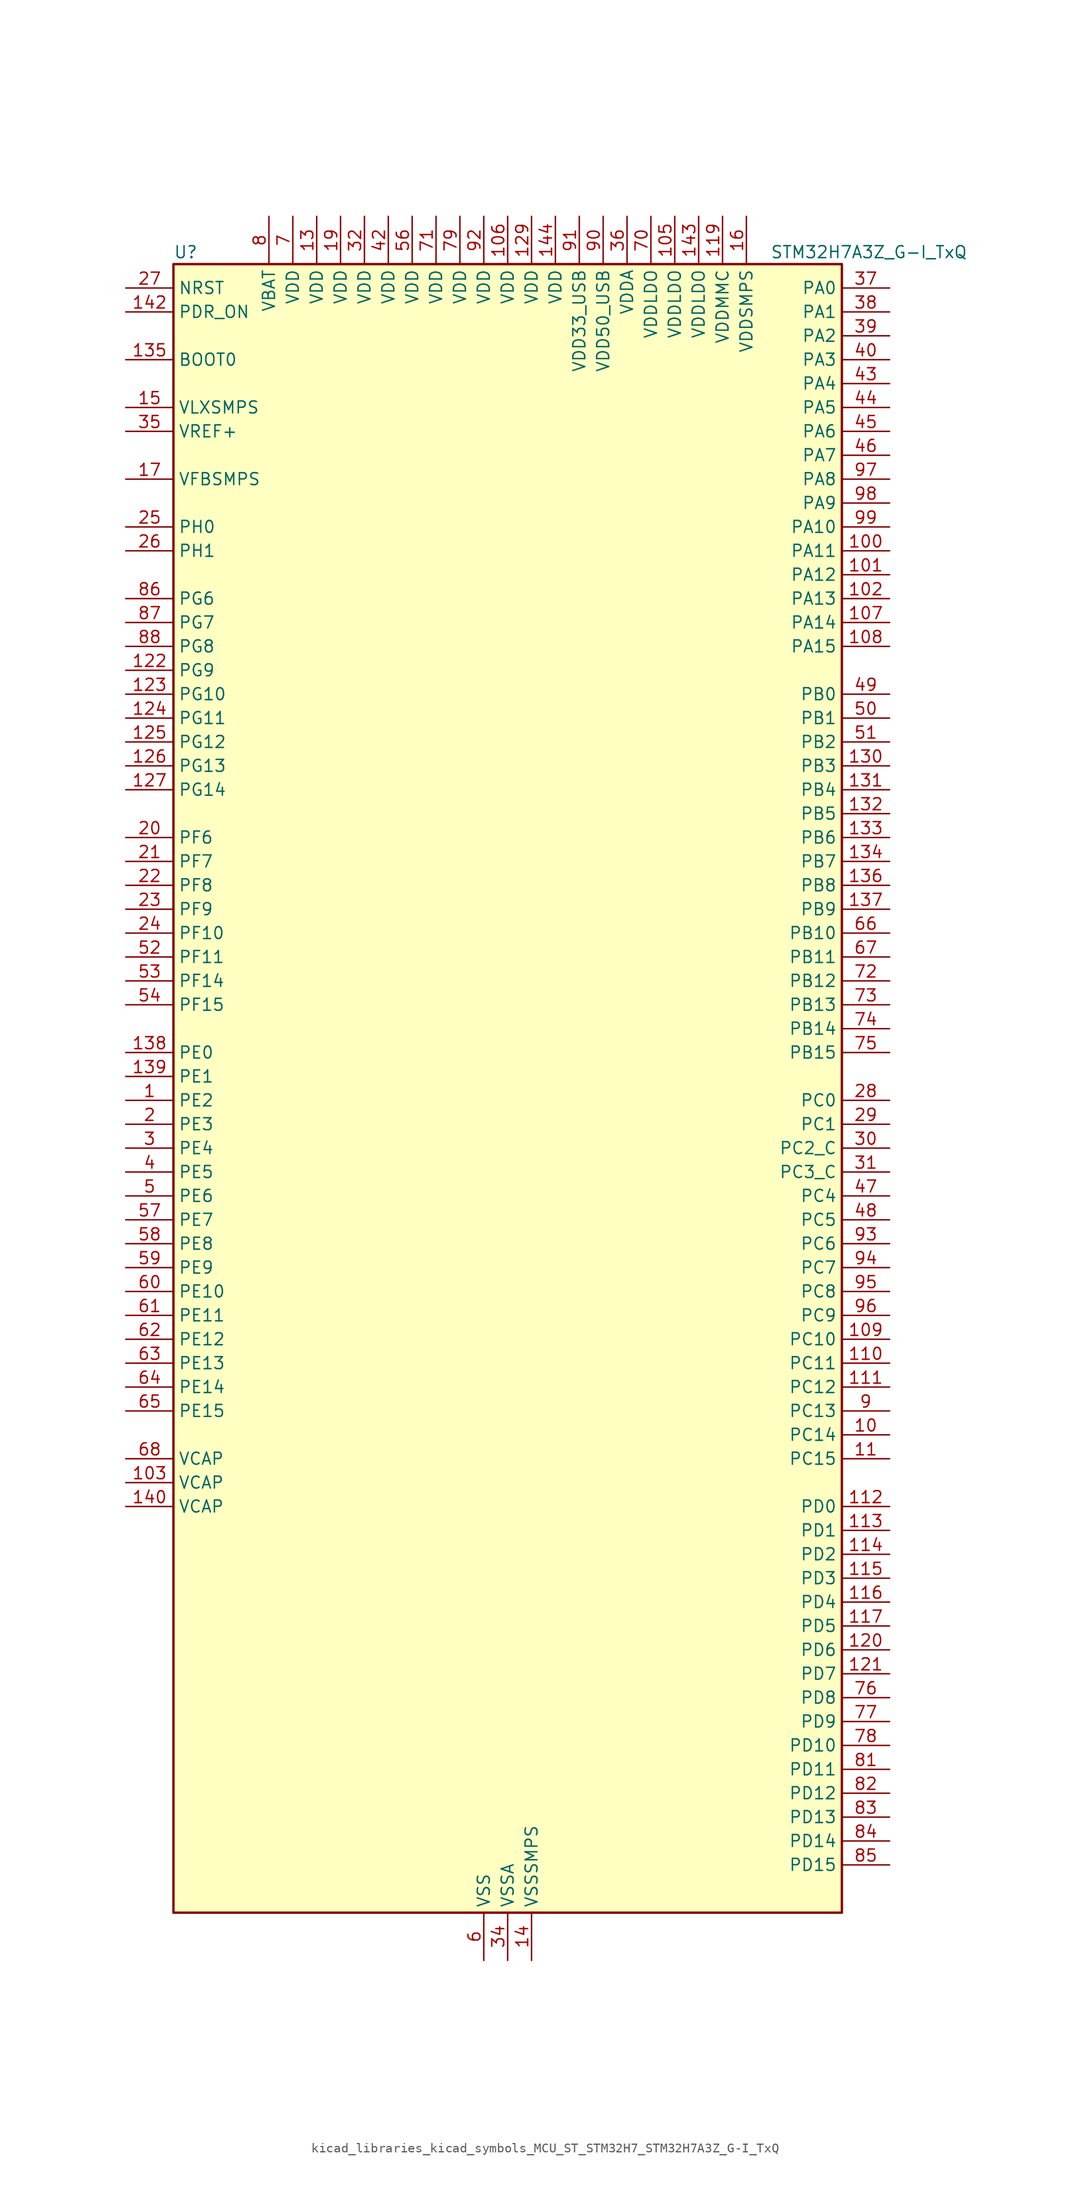
<source format=kicad_sym>
(kicad_symbol_lib
  (version 20220914)
  (generator kicad_symbol_editor)
  (symbol "kicad_libraries_kicad_symbols_MCU_ST_STM32H7_STM32H7A3Z_G-I_TxQ"
    (property "Reference" "U"
      (at -35.56 90.17 0)
      (effects (font (size 1.27 1.27)) (justify left)))
    (property "Value" "STM32H7A3Z_G-I_TxQ"
      (at 27.94 90.17 0)
      (effects (font (size 1.27 1.27)) (justify left)))
    (property "ki_locked" ""
      (at 0 0 0)
      (effects (font (size 1.27 1.27))))
    (symbol "kicad_libraries_kicad_symbols_MCU_ST_STM32H7_STM32H7A3Z_G-I_TxQ_0_1"
      (rectangle (start -35.56 -86.36) (end 35.56 88.9) (stroke (width 0.254) (type default)) (fill (type background))))
    (symbol "kicad_libraries_kicad_symbols_MCU_ST_STM32H7_STM32H7A3Z_G-I_TxQ_1_1"
      (pin bidirectional line (at -40.64 0 0) (length 5.08) (name "PE2" (effects (font (size 1.27 1.27)))) (number "1" (effects (font (size 1.27 1.27)))) (alternate "DEBUG_TRACECLK" bidirectional line) (alternate "FMC_A23" bidirectional line) (alternate "OCTOSPIM_P1_IO2" bidirectional line) (alternate "SAI1_CK1" bidirectional line) (alternate "SAI1_MCLK_A" bidirectional line) (alternate "SPI4_SCK" bidirectional line) (alternate "USART10_RX" bidirectional line))
      (pin bidirectional line (at 40.64 -35.56 180) (length 5.08) (name "PC14" (effects (font (size 1.27 1.27)))) (number "10" (effects (font (size 1.27 1.27)))) (alternate "RCC_OSC32_IN" bidirectional line))
      (pin bidirectional line (at 40.64 58.42 180) (length 5.08) (name "PA11" (effects (font (size 1.27 1.27)))) (number "100" (effects (font (size 1.27 1.27)))) (alternate "ADC1_EXTI11" bidirectional line) (alternate "ADC2_EXTI11" bidirectional line) (alternate "FDCAN1_RX" bidirectional line) (alternate "I2S2_WS" bidirectional line) (alternate "LPUART1_CTS" bidirectional line) (alternate "LTDC_R4" bidirectional line) (alternate "SPI2_NSS" bidirectional line) (alternate "TIM1_CH4" bidirectional line) (alternate "UART4_RX" bidirectional line) (alternate "USART1_CTS" bidirectional line) (alternate "USART1_NSS" bidirectional line) (alternate "USB_OTG_HS_DM" bidirectional line))
      (pin bidirectional line (at 40.64 55.88 180) (length 5.08) (name "PA12" (effects (font (size 1.27 1.27)))) (number "101" (effects (font (size 1.27 1.27)))) (alternate "FDCAN1_TX" bidirectional line) (alternate "I2S2_CK" bidirectional line) (alternate "LPUART1_DE" bidirectional line) (alternate "LPUART1_RTS" bidirectional line) (alternate "LTDC_R5" bidirectional line) (alternate "SAI2_FS_B" bidirectional line) (alternate "SPI2_SCK" bidirectional line) (alternate "TIM1_ETR" bidirectional line) (alternate "UART4_TX" bidirectional line) (alternate "USART1_DE" bidirectional line) (alternate "USART1_RTS" bidirectional line) (alternate "USB_OTG_HS_DP" bidirectional line))
      (pin bidirectional line (at 40.64 53.34 180) (length 5.08) (name "PA13" (effects (font (size 1.27 1.27)))) (number "102" (effects (font (size 1.27 1.27)))) (alternate "DEBUG_JTMS-SWDIO" bidirectional line))
      (pin power_out line (at -40.64 -40.64 0) (length 5.08) (name "VCAP" (effects (font (size 1.27 1.27)))) (number "103" (effects (font (size 1.27 1.27)))))
      (pin passive line (at -2.54 -91.44 90) (length 5.08) hide (name "VSS" (effects (font (size 1.27 1.27)))) (number "104" (effects (font (size 1.27 1.27)))))
      (pin power_in line (at 17.78 93.98 270) (length 5.08) (name "VDDLDO" (effects (font (size 1.27 1.27)))) (number "105" (effects (font (size 1.27 1.27)))))
      (pin power_in line (at 0 93.98 270) (length 5.08) (name "VDD" (effects (font (size 1.27 1.27)))) (number "106" (effects (font (size 1.27 1.27)))))
      (pin bidirectional line (at 40.64 50.8 180) (length 5.08) (name "PA14" (effects (font (size 1.27 1.27)))) (number "107" (effects (font (size 1.27 1.27)))) (alternate "DEBUG_JTCK-SWCLK" bidirectional line))
      (pin bidirectional line (at 40.64 48.26 180) (length 5.08) (name "PA15" (effects (font (size 1.27 1.27)))) (number "108" (effects (font (size 1.27 1.27)))) (alternate "ADC1_EXTI15" bidirectional line) (alternate "ADC2_EXTI15" bidirectional line) (alternate "CEC" bidirectional line) (alternate "DEBUG_JTDI" bidirectional line) (alternate "I2S1_WS" bidirectional line) (alternate "I2S3_WS" bidirectional line) (alternate "I2S6_WS" bidirectional line) (alternate "LTDC_B6" bidirectional line) (alternate "LTDC_R3" bidirectional line) (alternate "SPI1_NSS" bidirectional line) (alternate "SPI3_NSS" bidirectional line) (alternate "SPI6_NSS" bidirectional line) (alternate "TIM2_CH1" bidirectional line) (alternate "TIM2_ETR" bidirectional line) (alternate "UART4_DE" bidirectional line) (alternate "UART4_RTS" bidirectional line) (alternate "UART7_TX" bidirectional line))
      (pin bidirectional line (at 40.64 -25.4 180) (length 5.08) (name "PC10" (effects (font (size 1.27 1.27)))) (number "109" (effects (font (size 1.27 1.27)))) (alternate "DCMI_D8" bidirectional line) (alternate "DFSDM1_CKIN5" bidirectional line) (alternate "DFSDM2_CKIN0" bidirectional line) (alternate "I2S3_CK" bidirectional line) (alternate "LTDC_B1" bidirectional line) (alternate "LTDC_R2" bidirectional line) (alternate "OCTOSPIM_P1_IO1" bidirectional line) (alternate "PSSI_D8" bidirectional line) (alternate "SDMMC1_D2" bidirectional line) (alternate "SPI3_SCK" bidirectional line) (alternate "SWPMI1_RX" bidirectional line) (alternate "UART4_TX" bidirectional line) (alternate "USART3_TX" bidirectional line))
      (pin bidirectional line (at 40.64 -38.1 180) (length 5.08) (name "PC15" (effects (font (size 1.27 1.27)))) (number "11" (effects (font (size 1.27 1.27)))) (alternate "ADC1_EXTI15" bidirectional line) (alternate "ADC2_EXTI15" bidirectional line) (alternate "RCC_OSC32_OUT" bidirectional line))
      (pin bidirectional line (at 40.64 -27.94 180) (length 5.08) (name "PC11" (effects (font (size 1.27 1.27)))) (number "110" (effects (font (size 1.27 1.27)))) (alternate "ADC1_EXTI11" bidirectional line) (alternate "ADC2_EXTI11" bidirectional line) (alternate "DCMI_D4" bidirectional line) (alternate "DFSDM1_DATIN5" bidirectional line) (alternate "DFSDM2_DATIN0" bidirectional line) (alternate "I2S3_SDI" bidirectional line) (alternate "LTDC_B4" bidirectional line) (alternate "OCTOSPIM_P1_NCS" bidirectional line) (alternate "PSSI_D4" bidirectional line) (alternate "SDMMC1_D3" bidirectional line) (alternate "SPI3_MISO" bidirectional line) (alternate "UART4_RX" bidirectional line) (alternate "USART3_RX" bidirectional line))
      (pin bidirectional line (at 40.64 -30.48 180) (length 5.08) (name "PC12" (effects (font (size 1.27 1.27)))) (number "111" (effects (font (size 1.27 1.27)))) (alternate "DCMI_D9" bidirectional line) (alternate "DEBUG_TRACED3" bidirectional line) (alternate "DFSDM2_CKOUT" bidirectional line) (alternate "I2S3_SDO" bidirectional line) (alternate "I2S6_CK" bidirectional line) (alternate "LTDC_R6" bidirectional line) (alternate "PSSI_D9" bidirectional line) (alternate "SDMMC1_CK" bidirectional line) (alternate "SPI3_MOSI" bidirectional line) (alternate "SPI6_SCK" bidirectional line) (alternate "TIM15_CH1" bidirectional line) (alternate "UART5_TX" bidirectional line) (alternate "USART3_CK" bidirectional line))
      (pin bidirectional line (at 40.64 -43.18 180) (length 5.08) (name "PD0" (effects (font (size 1.27 1.27)))) (number "112" (effects (font (size 1.27 1.27)))) (alternate "DFSDM1_CKIN6" bidirectional line) (alternate "FDCAN1_RX" bidirectional line) (alternate "FMC_D2" bidirectional line) (alternate "FMC_DA2" bidirectional line) (alternate "LTDC_B1" bidirectional line) (alternate "UART4_RX" bidirectional line) (alternate "UART9_CTS" bidirectional line))
      (pin bidirectional line (at 40.64 -45.72 180) (length 5.08) (name "PD1" (effects (font (size 1.27 1.27)))) (number "113" (effects (font (size 1.27 1.27)))) (alternate "DFSDM1_DATIN6" bidirectional line) (alternate "FDCAN1_TX" bidirectional line) (alternate "FMC_D3" bidirectional line) (alternate "FMC_DA3" bidirectional line) (alternate "UART4_TX" bidirectional line))
      (pin bidirectional line (at 40.64 -48.26 180) (length 5.08) (name "PD2" (effects (font (size 1.27 1.27)))) (number "114" (effects (font (size 1.27 1.27)))) (alternate "DCMI_D11" bidirectional line) (alternate "DEBUG_TRACED2" bidirectional line) (alternate "LTDC_B2" bidirectional line) (alternate "LTDC_B7" bidirectional line) (alternate "PSSI_D11" bidirectional line) (alternate "SDMMC1_CMD" bidirectional line) (alternate "TIM15_BKIN" bidirectional line) (alternate "TIM3_ETR" bidirectional line) (alternate "UART5_RX" bidirectional line))
      (pin bidirectional line (at 40.64 -50.8 180) (length 5.08) (name "PD3" (effects (font (size 1.27 1.27)))) (number "115" (effects (font (size 1.27 1.27)))) (alternate "DCMI_D5" bidirectional line) (alternate "DFSDM1_CKOUT" bidirectional line) (alternate "FMC_CLK" bidirectional line) (alternate "I2S2_CK" bidirectional line) (alternate "LTDC_G7" bidirectional line) (alternate "PSSI_D5" bidirectional line) (alternate "SPI2_SCK" bidirectional line) (alternate "USART2_CTS" bidirectional line) (alternate "USART2_NSS" bidirectional line))
      (pin bidirectional line (at 40.64 -53.34 180) (length 5.08) (name "PD4" (effects (font (size 1.27 1.27)))) (number "116" (effects (font (size 1.27 1.27)))) (alternate "FMC_NOE" bidirectional line) (alternate "OCTOSPIM_P1_IO4" bidirectional line) (alternate "USART2_DE" bidirectional line) (alternate "USART2_RTS" bidirectional line))
      (pin bidirectional line (at 40.64 -55.88 180) (length 5.08) (name "PD5" (effects (font (size 1.27 1.27)))) (number "117" (effects (font (size 1.27 1.27)))) (alternate "FMC_NWE" bidirectional line) (alternate "OCTOSPIM_P1_IO5" bidirectional line) (alternate "USART2_TX" bidirectional line))
      (pin passive line (at -2.54 -91.44 90) (length 5.08) hide (name "VSS" (effects (font (size 1.27 1.27)))) (number "118" (effects (font (size 1.27 1.27)))))
      (pin power_in line (at 22.86 93.98 270) (length 5.08) (name "VDDMMC" (effects (font (size 1.27 1.27)))) (number "119" (effects (font (size 1.27 1.27)))))
      (pin passive line (at -2.54 -91.44 90) (length 5.08) hide (name "VSS" (effects (font (size 1.27 1.27)))) (number "12" (effects (font (size 1.27 1.27)))))
      (pin bidirectional line (at 40.64 -58.42 180) (length 5.08) (name "PD6" (effects (font (size 1.27 1.27)))) (number "120" (effects (font (size 1.27 1.27)))) (alternate "DCMI_D10" bidirectional line) (alternate "DFSDM1_CKIN4" bidirectional line) (alternate "DFSDM1_DATIN1" bidirectional line) (alternate "FMC_NWAIT" bidirectional line) (alternate "I2S3_SDO" bidirectional line) (alternate "LTDC_B2" bidirectional line) (alternate "OCTOSPIM_P1_IO6" bidirectional line) (alternate "PSSI_D10" bidirectional line) (alternate "SAI1_D1" bidirectional line) (alternate "SAI1_SD_A" bidirectional line) (alternate "SDMMC2_CK" bidirectional line) (alternate "SPI3_MOSI" bidirectional line) (alternate "USART2_RX" bidirectional line))
      (pin bidirectional line (at 40.64 -60.96 180) (length 5.08) (name "PD7" (effects (font (size 1.27 1.27)))) (number "121" (effects (font (size 1.27 1.27)))) (alternate "DFSDM1_CKIN1" bidirectional line) (alternate "DFSDM1_DATIN4" bidirectional line) (alternate "FMC_NE1" bidirectional line) (alternate "I2S1_SDO" bidirectional line) (alternate "OCTOSPIM_P1_IO7" bidirectional line) (alternate "SDMMC2_CMD" bidirectional line) (alternate "SPDIFRX_IN0" bidirectional line) (alternate "SPI1_MOSI" bidirectional line) (alternate "USART2_CK" bidirectional line))
      (pin bidirectional line (at -40.64 45.72 0) (length 5.08) (name "PG9" (effects (font (size 1.27 1.27)))) (number "122" (effects (font (size 1.27 1.27)))) (alternate "DAC1_EXTI9" bidirectional line) (alternate "DCMI_VSYNC" bidirectional line) (alternate "FMC_NCE" bidirectional line) (alternate "FMC_NE2" bidirectional line) (alternate "I2S1_SDI" bidirectional line) (alternate "OCTOSPIM_P1_IO6" bidirectional line) (alternate "PSSI_RDY" bidirectional line) (alternate "SAI2_FS_B" bidirectional line) (alternate "SDMMC2_D0" bidirectional line) (alternate "SPDIFRX_IN3" bidirectional line) (alternate "SPI1_MISO" bidirectional line) (alternate "USART6_RX" bidirectional line))
      (pin bidirectional line (at -40.64 43.18 0) (length 5.08) (name "PG10" (effects (font (size 1.27 1.27)))) (number "123" (effects (font (size 1.27 1.27)))) (alternate "DCMI_D2" bidirectional line) (alternate "FMC_NE3" bidirectional line) (alternate "I2S1_WS" bidirectional line) (alternate "LTDC_B2" bidirectional line) (alternate "LTDC_G3" bidirectional line) (alternate "OCTOSPIM_P2_IO6" bidirectional line) (alternate "PSSI_D2" bidirectional line) (alternate "SAI2_SD_B" bidirectional line) (alternate "SDMMC2_D1" bidirectional line) (alternate "SPI1_NSS" bidirectional line))
      (pin bidirectional line (at -40.64 40.64 0) (length 5.08) (name "PG11" (effects (font (size 1.27 1.27)))) (number "124" (effects (font (size 1.27 1.27)))) (alternate "ADC1_EXTI11" bidirectional line) (alternate "ADC2_EXTI11" bidirectional line) (alternate "DCMI_D3" bidirectional line) (alternate "I2S1_CK" bidirectional line) (alternate "LPTIM1_IN2" bidirectional line) (alternate "LTDC_B3" bidirectional line) (alternate "OCTOSPIM_P2_IO7" bidirectional line) (alternate "PSSI_D3" bidirectional line) (alternate "SDMMC2_D2" bidirectional line) (alternate "SPDIFRX_IN0" bidirectional line) (alternate "SPI1_SCK" bidirectional line) (alternate "USART10_RX" bidirectional line))
      (pin bidirectional line (at -40.64 38.1 0) (length 5.08) (name "PG12" (effects (font (size 1.27 1.27)))) (number "125" (effects (font (size 1.27 1.27)))) (alternate "FMC_NE4" bidirectional line) (alternate "I2S6_SDI" bidirectional line) (alternate "LPTIM1_IN1" bidirectional line) (alternate "LTDC_B1" bidirectional line) (alternate "LTDC_B4" bidirectional line) (alternate "OCTOSPIM_P2_NCS" bidirectional line) (alternate "SDMMC2_D3" bidirectional line) (alternate "SPDIFRX_IN1" bidirectional line) (alternate "SPI6_MISO" bidirectional line) (alternate "USART10_TX" bidirectional line) (alternate "USART6_DE" bidirectional line) (alternate "USART6_RTS" bidirectional line))
      (pin bidirectional line (at -40.64 35.56 0) (length 5.08) (name "PG13" (effects (font (size 1.27 1.27)))) (number "126" (effects (font (size 1.27 1.27)))) (alternate "DEBUG_TRACED0" bidirectional line) (alternate "FMC_A24" bidirectional line) (alternate "I2S6_CK" bidirectional line) (alternate "LPTIM1_OUT" bidirectional line) (alternate "LTDC_R0" bidirectional line) (alternate "SDMMC2_D6" bidirectional line) (alternate "SPI6_SCK" bidirectional line) (alternate "USART10_CTS" bidirectional line) (alternate "USART10_NSS" bidirectional line) (alternate "USART6_CTS" bidirectional line) (alternate "USART6_NSS" bidirectional line))
      (pin bidirectional line (at -40.64 33.02 0) (length 5.08) (name "PG14" (effects (font (size 1.27 1.27)))) (number "127" (effects (font (size 1.27 1.27)))) (alternate "DEBUG_TRACED1" bidirectional line) (alternate "FMC_A25" bidirectional line) (alternate "I2S6_SDO" bidirectional line) (alternate "LPTIM1_ETR" bidirectional line) (alternate "LTDC_B0" bidirectional line) (alternate "OCTOSPIM_P1_IO7" bidirectional line) (alternate "SDMMC2_D7" bidirectional line) (alternate "SPI6_MOSI" bidirectional line) (alternate "USART10_DE" bidirectional line) (alternate "USART10_RTS" bidirectional line) (alternate "USART6_TX" bidirectional line))
      (pin passive line (at -2.54 -91.44 90) (length 5.08) hide (name "VSS" (effects (font (size 1.27 1.27)))) (number "128" (effects (font (size 1.27 1.27)))))
      (pin power_in line (at 2.54 93.98 270) (length 5.08) (name "VDD" (effects (font (size 1.27 1.27)))) (number "129" (effects (font (size 1.27 1.27)))))
      (pin power_in line (at -20.32 93.98 270) (length 5.08) (name "VDD" (effects (font (size 1.27 1.27)))) (number "13" (effects (font (size 1.27 1.27)))))
      (pin bidirectional line (at 40.64 35.56 180) (length 5.08) (name "PB3" (effects (font (size 1.27 1.27)))) (number "130" (effects (font (size 1.27 1.27)))) (alternate "CRS_SYNC" bidirectional line) (alternate "DEBUG_JTDO-SWO" bidirectional line) (alternate "I2S1_CK" bidirectional line) (alternate "I2S3_CK" bidirectional line) (alternate "I2S6_CK" bidirectional line) (alternate "SDMMC2_D2" bidirectional line) (alternate "SPI1_SCK" bidirectional line) (alternate "SPI3_SCK" bidirectional line) (alternate "SPI6_SCK" bidirectional line) (alternate "TIM2_CH2" bidirectional line) (alternate "UART7_RX" bidirectional line))
      (pin bidirectional line (at 40.64 33.02 180) (length 5.08) (name "PB4" (effects (font (size 1.27 1.27)))) (number "131" (effects (font (size 1.27 1.27)))) (alternate "DEBUG_JTRST" bidirectional line) (alternate "I2S1_SDI" bidirectional line) (alternate "I2S2_WS" bidirectional line) (alternate "I2S3_SDI" bidirectional line) (alternate "I2S6_SDI" bidirectional line) (alternate "SDMMC2_D3" bidirectional line) (alternate "SPI1_MISO" bidirectional line) (alternate "SPI2_NSS" bidirectional line) (alternate "SPI3_MISO" bidirectional line) (alternate "SPI6_MISO" bidirectional line) (alternate "TIM16_BKIN" bidirectional line) (alternate "TIM3_CH1" bidirectional line) (alternate "UART7_TX" bidirectional line))
      (pin bidirectional line (at 40.64 30.48 180) (length 5.08) (name "PB5" (effects (font (size 1.27 1.27)))) (number "132" (effects (font (size 1.27 1.27)))) (alternate "DCMI_D10" bidirectional line) (alternate "FDCAN2_RX" bidirectional line) (alternate "FMC_SDCKE1" bidirectional line) (alternate "I2C1_SMBA" bidirectional line) (alternate "I2C4_SMBA" bidirectional line) (alternate "I2S1_SDO" bidirectional line) (alternate "I2S3_SDO" bidirectional line) (alternate "I2S6_SDO" bidirectional line) (alternate "LTDC_B5" bidirectional line) (alternate "PSSI_D10" bidirectional line) (alternate "SPI1_MOSI" bidirectional line) (alternate "SPI3_MOSI" bidirectional line) (alternate "SPI6_MOSI" bidirectional line) (alternate "TIM17_BKIN" bidirectional line) (alternate "TIM3_CH2" bidirectional line) (alternate "UART5_RX" bidirectional line) (alternate "USB_OTG_HS_ULPI_D7" bidirectional line))
      (pin bidirectional line (at 40.64 27.94 180) (length 5.08) (name "PB6" (effects (font (size 1.27 1.27)))) (number "133" (effects (font (size 1.27 1.27)))) (alternate "CEC" bidirectional line) (alternate "DCMI_D5" bidirectional line) (alternate "DFSDM1_DATIN5" bidirectional line) (alternate "FDCAN2_TX" bidirectional line) (alternate "FMC_SDNE1" bidirectional line) (alternate "I2C1_SCL" bidirectional line) (alternate "I2C4_SCL" bidirectional line) (alternate "LPUART1_TX" bidirectional line) (alternate "OCTOSPIM_P1_NCS" bidirectional line) (alternate "PSSI_D5" bidirectional line) (alternate "TIM16_CH1N" bidirectional line) (alternate "TIM4_CH1" bidirectional line) (alternate "UART5_TX" bidirectional line) (alternate "USART1_TX" bidirectional line))
      (pin bidirectional line (at 40.64 25.4 180) (length 5.08) (name "PB7" (effects (font (size 1.27 1.27)))) (number "134" (effects (font (size 1.27 1.27)))) (alternate "DCMI_VSYNC" bidirectional line) (alternate "DFSDM1_CKIN5" bidirectional line) (alternate "FMC_NL" bidirectional line) (alternate "I2C1_SDA" bidirectional line) (alternate "I2C4_SDA" bidirectional line) (alternate "LPUART1_RX" bidirectional line) (alternate "PSSI_RDY" bidirectional line) (alternate "PWR_PVD_IN" bidirectional line) (alternate "TIM17_CH1N" bidirectional line) (alternate "TIM4_CH2" bidirectional line) (alternate "USART1_RX" bidirectional line))
      (pin input line (at -40.64 78.74 0) (length 5.08) (name "BOOT0" (effects (font (size 1.27 1.27)))) (number "135" (effects (font (size 1.27 1.27)))))
      (pin bidirectional line (at 40.64 22.86 180) (length 5.08) (name "PB8" (effects (font (size 1.27 1.27)))) (number "136" (effects (font (size 1.27 1.27)))) (alternate "DCMI_D6" bidirectional line) (alternate "DFSDM1_CKIN7" bidirectional line) (alternate "FDCAN1_RX" bidirectional line) (alternate "I2C1_SCL" bidirectional line) (alternate "I2C4_SCL" bidirectional line) (alternate "LTDC_B6" bidirectional line) (alternate "PSSI_D6" bidirectional line) (alternate "SDMMC1_CKIN" bidirectional line) (alternate "SDMMC1_D4" bidirectional line) (alternate "SDMMC2_D4" bidirectional line) (alternate "TIM16_CH1" bidirectional line) (alternate "TIM4_CH3" bidirectional line) (alternate "UART4_RX" bidirectional line))
      (pin bidirectional line (at 40.64 20.32 180) (length 5.08) (name "PB9" (effects (font (size 1.27 1.27)))) (number "137" (effects (font (size 1.27 1.27)))) (alternate "DAC1_EXTI9" bidirectional line) (alternate "DCMI_D7" bidirectional line) (alternate "DFSDM1_DATIN7" bidirectional line) (alternate "FDCAN1_TX" bidirectional line) (alternate "I2C1_SDA" bidirectional line) (alternate "I2C4_SDA" bidirectional line) (alternate "I2C4_SMBA" bidirectional line) (alternate "I2S2_WS" bidirectional line) (alternate "LTDC_B7" bidirectional line) (alternate "PSSI_D7" bidirectional line) (alternate "SDMMC1_CDIR" bidirectional line) (alternate "SDMMC1_D5" bidirectional line) (alternate "SDMMC2_D5" bidirectional line) (alternate "SPI2_NSS" bidirectional line) (alternate "TIM17_CH1" bidirectional line) (alternate "TIM4_CH4" bidirectional line) (alternate "UART4_TX" bidirectional line))
      (pin bidirectional line (at -40.64 5.08 0) (length 5.08) (name "PE0" (effects (font (size 1.27 1.27)))) (number "138" (effects (font (size 1.27 1.27)))) (alternate "DCMI_D2" bidirectional line) (alternate "FMC_NBL0" bidirectional line) (alternate "LPTIM1_ETR" bidirectional line) (alternate "LPTIM2_ETR" bidirectional line) (alternate "LTDC_R0" bidirectional line) (alternate "PSSI_D2" bidirectional line) (alternate "SAI2_MCLK_A" bidirectional line) (alternate "TIM4_ETR" bidirectional line) (alternate "UART8_RX" bidirectional line))
      (pin bidirectional line (at -40.64 2.54 0) (length 5.08) (name "PE1" (effects (font (size 1.27 1.27)))) (number "139" (effects (font (size 1.27 1.27)))) (alternate "DCMI_D3" bidirectional line) (alternate "FMC_NBL1" bidirectional line) (alternate "LPTIM1_IN2" bidirectional line) (alternate "LTDC_R6" bidirectional line) (alternate "PSSI_D3" bidirectional line) (alternate "UART8_TX" bidirectional line))
      (pin power_in line (at 2.54 -91.44 90) (length 5.08) (name "VSSSMPS" (effects (font (size 1.27 1.27)))) (number "14" (effects (font (size 1.27 1.27)))))
      (pin power_out line (at -40.64 -43.18 0) (length 5.08) (name "VCAP" (effects (font (size 1.27 1.27)))) (number "140" (effects (font (size 1.27 1.27)))))
      (pin passive line (at -2.54 -91.44 90) (length 5.08) hide (name "VSS" (effects (font (size 1.27 1.27)))) (number "141" (effects (font (size 1.27 1.27)))))
      (pin input line (at -40.64 83.82 0) (length 5.08) (name "PDR_ON" (effects (font (size 1.27 1.27)))) (number "142" (effects (font (size 1.27 1.27)))))
      (pin power_in line (at 20.32 93.98 270) (length 5.08) (name "VDDLDO" (effects (font (size 1.27 1.27)))) (number "143" (effects (font (size 1.27 1.27)))))
      (pin power_in line (at 5.08 93.98 270) (length 5.08) (name "VDD" (effects (font (size 1.27 1.27)))) (number "144" (effects (font (size 1.27 1.27)))))
      (pin power_in line (at -40.64 73.66 0) (length 5.08) (name "VLXSMPS" (effects (font (size 1.27 1.27)))) (number "15" (effects (font (size 1.27 1.27)))))
      (pin power_in line (at 25.4 93.98 270) (length 5.08) (name "VDDSMPS" (effects (font (size 1.27 1.27)))) (number "16" (effects (font (size 1.27 1.27)))))
      (pin input line (at -40.64 66.04 0) (length 5.08) (name "VFBSMPS" (effects (font (size 1.27 1.27)))) (number "17" (effects (font (size 1.27 1.27)))))
      (pin passive line (at -2.54 -91.44 90) (length 5.08) hide (name "VSS" (effects (font (size 1.27 1.27)))) (number "18" (effects (font (size 1.27 1.27)))))
      (pin power_in line (at -17.78 93.98 270) (length 5.08) (name "VDD" (effects (font (size 1.27 1.27)))) (number "19" (effects (font (size 1.27 1.27)))))
      (pin bidirectional line (at -40.64 -2.54 0) (length 5.08) (name "PE3" (effects (font (size 1.27 1.27)))) (number "2" (effects (font (size 1.27 1.27)))) (alternate "DEBUG_TRACED0" bidirectional line) (alternate "FMC_A19" bidirectional line) (alternate "SAI1_SD_B" bidirectional line) (alternate "TIM15_BKIN" bidirectional line) (alternate "USART10_TX" bidirectional line))
      (pin bidirectional line (at -40.64 27.94 0) (length 5.08) (name "PF6" (effects (font (size 1.27 1.27)))) (number "20" (effects (font (size 1.27 1.27)))) (alternate "OCTOSPIM_P1_IO3" bidirectional line) (alternate "SAI1_SD_B" bidirectional line) (alternate "SPI5_NSS" bidirectional line) (alternate "TIM16_CH1" bidirectional line) (alternate "UART7_RX" bidirectional line))
      (pin bidirectional line (at -40.64 25.4 0) (length 5.08) (name "PF7" (effects (font (size 1.27 1.27)))) (number "21" (effects (font (size 1.27 1.27)))) (alternate "OCTOSPIM_P1_IO2" bidirectional line) (alternate "SAI1_MCLK_B" bidirectional line) (alternate "SPI5_SCK" bidirectional line) (alternate "TIM17_CH1" bidirectional line) (alternate "UART7_TX" bidirectional line))
      (pin bidirectional line (at -40.64 22.86 0) (length 5.08) (name "PF8" (effects (font (size 1.27 1.27)))) (number "22" (effects (font (size 1.27 1.27)))) (alternate "OCTOSPIM_P1_IO0" bidirectional line) (alternate "SAI1_SCK_B" bidirectional line) (alternate "SPI5_MISO" bidirectional line) (alternate "TIM13_CH1" bidirectional line) (alternate "TIM16_CH1N" bidirectional line) (alternate "UART7_DE" bidirectional line) (alternate "UART7_RTS" bidirectional line))
      (pin bidirectional line (at -40.64 20.32 0) (length 5.08) (name "PF9" (effects (font (size 1.27 1.27)))) (number "23" (effects (font (size 1.27 1.27)))) (alternate "DAC1_EXTI9" bidirectional line) (alternate "OCTOSPIM_P1_IO1" bidirectional line) (alternate "SAI1_FS_B" bidirectional line) (alternate "SPI5_MOSI" bidirectional line) (alternate "TIM14_CH1" bidirectional line) (alternate "TIM17_CH1N" bidirectional line) (alternate "UART7_CTS" bidirectional line))
      (pin bidirectional line (at -40.64 17.78 0) (length 5.08) (name "PF10" (effects (font (size 1.27 1.27)))) (number "24" (effects (font (size 1.27 1.27)))) (alternate "DCMI_D11" bidirectional line) (alternate "LTDC_DE" bidirectional line) (alternate "OCTOSPIM_P1_CLK" bidirectional line) (alternate "PSSI_D11" bidirectional line) (alternate "PSSI_D15" bidirectional line) (alternate "SAI1_D3" bidirectional line) (alternate "TIM16_BKIN" bidirectional line))
      (pin bidirectional line (at -40.64 60.96 0) (length 5.08) (name "PH0" (effects (font (size 1.27 1.27)))) (number "25" (effects (font (size 1.27 1.27)))) (alternate "RCC_OSC_IN" bidirectional line))
      (pin bidirectional line (at -40.64 58.42 0) (length 5.08) (name "PH1" (effects (font (size 1.27 1.27)))) (number "26" (effects (font (size 1.27 1.27)))) (alternate "RCC_OSC_OUT" bidirectional line))
      (pin input line (at -40.64 86.36 0) (length 5.08) (name "NRST" (effects (font (size 1.27 1.27)))) (number "27" (effects (font (size 1.27 1.27)))))
      (pin bidirectional line (at 40.64 0 180) (length 5.08) (name "PC0" (effects (font (size 1.27 1.27)))) (number "28" (effects (font (size 1.27 1.27)))) (alternate "ADC1_INP10" bidirectional line) (alternate "ADC2_INP10" bidirectional line) (alternate "DFSDM1_CKIN0" bidirectional line) (alternate "DFSDM1_DATIN4" bidirectional line) (alternate "FMC_A25" bidirectional line) (alternate "FMC_SDNWE" bidirectional line) (alternate "LTDC_G2" bidirectional line) (alternate "LTDC_R5" bidirectional line) (alternate "SAI2_FS_B" bidirectional line) (alternate "USB_OTG_HS_ULPI_STP" bidirectional line))
      (pin bidirectional line (at 40.64 -2.54 180) (length 5.08) (name "PC1" (effects (font (size 1.27 1.27)))) (number "29" (effects (font (size 1.27 1.27)))) (alternate "ADC1_INN10" bidirectional line) (alternate "ADC1_INP11" bidirectional line) (alternate "ADC2_INN10" bidirectional line) (alternate "ADC2_INP11" bidirectional line) (alternate "DEBUG_TRACED0" bidirectional line) (alternate "DFSDM1_CKIN4" bidirectional line) (alternate "DFSDM1_DATIN0" bidirectional line) (alternate "I2S2_SDO" bidirectional line) (alternate "LTDC_G5" bidirectional line) (alternate "MDIOS_MDC" bidirectional line) (alternate "OCTOSPIM_P1_IO4" bidirectional line) (alternate "PWR_WKUP6" bidirectional line) (alternate "RTC_TAMP3" bidirectional line) (alternate "SAI1_D1" bidirectional line) (alternate "SAI1_SD_A" bidirectional line) (alternate "SDMMC2_CK" bidirectional line) (alternate "SPI2_MOSI" bidirectional line))
      (pin bidirectional line (at -40.64 -5.08 0) (length 5.08) (name "PE4" (effects (font (size 1.27 1.27)))) (number "3" (effects (font (size 1.27 1.27)))) (alternate "DCMI_D4" bidirectional line) (alternate "DEBUG_TRACED1" bidirectional line) (alternate "DFSDM1_DATIN3" bidirectional line) (alternate "FMC_A20" bidirectional line) (alternate "LTDC_B0" bidirectional line) (alternate "PSSI_D4" bidirectional line) (alternate "SAI1_D2" bidirectional line) (alternate "SAI1_FS_A" bidirectional line) (alternate "SPI4_NSS" bidirectional line) (alternate "TIM15_CH1N" bidirectional line))
      (pin bidirectional line (at 40.64 -5.08 180) (length 5.08) (name "PC2_C" (effects (font (size 1.27 1.27)))) (number "30" (effects (font (size 1.27 1.27)))) (alternate "ADC2_INN1" bidirectional line) (alternate "ADC2_INP0" bidirectional line) (alternate "DFSDM1_CKIN1" bidirectional line) (alternate "DFSDM1_CKOUT" bidirectional line) (alternate "FMC_SDNE0" bidirectional line) (alternate "I2S2_SDI" bidirectional line) (alternate "OCTOSPIM_P1_IO2" bidirectional line) (alternate "OCTOSPIM_P1_IO5" bidirectional line) (alternate "PWR_CSTOP" bidirectional line) (alternate "SPI2_MISO" bidirectional line) (alternate "USB_OTG_HS_ULPI_DIR" bidirectional line))
      (pin bidirectional line (at 40.64 -7.62 180) (length 5.08) (name "PC3_C" (effects (font (size 1.27 1.27)))) (number "31" (effects (font (size 1.27 1.27)))) (alternate "ADC2_INP1" bidirectional line) (alternate "DFSDM1_DATIN1" bidirectional line) (alternate "FMC_SDCKE0" bidirectional line) (alternate "I2S2_SDO" bidirectional line) (alternate "OCTOSPIM_P1_IO0" bidirectional line) (alternate "OCTOSPIM_P1_IO6" bidirectional line) (alternate "PWR_CSLEEP" bidirectional line) (alternate "SPI2_MOSI" bidirectional line) (alternate "USB_OTG_HS_ULPI_NXT" bidirectional line))
      (pin power_in line (at -15.24 93.98 270) (length 5.08) (name "VDD" (effects (font (size 1.27 1.27)))) (number "32" (effects (font (size 1.27 1.27)))))
      (pin passive line (at -2.54 -91.44 90) (length 5.08) hide (name "VSS" (effects (font (size 1.27 1.27)))) (number "33" (effects (font (size 1.27 1.27)))))
      (pin power_in line (at 0 -91.44 90) (length 5.08) (name "VSSA" (effects (font (size 1.27 1.27)))) (number "34" (effects (font (size 1.27 1.27)))))
      (pin input line (at -40.64 71.12 0) (length 5.08) (name "VREF+" (effects (font (size 1.27 1.27)))) (number "35" (effects (font (size 1.27 1.27)))) (alternate "VREFBUF_OUT" bidirectional line))
      (pin power_in line (at 12.7 93.98 270) (length 5.08) (name "VDDA" (effects (font (size 1.27 1.27)))) (number "36" (effects (font (size 1.27 1.27)))))
      (pin bidirectional line (at 40.64 86.36 180) (length 5.08) (name "PA0" (effects (font (size 1.27 1.27)))) (number "37" (effects (font (size 1.27 1.27)))) (alternate "ADC1_INP16" bidirectional line) (alternate "I2S6_WS" bidirectional line) (alternate "PWR_WKUP1" bidirectional line) (alternate "SAI2_SD_B" bidirectional line) (alternate "SDMMC2_CMD" bidirectional line) (alternate "SPI6_NSS" bidirectional line) (alternate "TIM15_BKIN" bidirectional line) (alternate "TIM2_CH1" bidirectional line) (alternate "TIM2_ETR" bidirectional line) (alternate "TIM5_CH1" bidirectional line) (alternate "TIM8_ETR" bidirectional line) (alternate "UART4_TX" bidirectional line) (alternate "USART2_CTS" bidirectional line) (alternate "USART2_NSS" bidirectional line))
      (pin bidirectional line (at 40.64 83.82 180) (length 5.08) (name "PA1" (effects (font (size 1.27 1.27)))) (number "38" (effects (font (size 1.27 1.27)))) (alternate "ADC1_INN16" bidirectional line) (alternate "ADC1_INP17" bidirectional line) (alternate "LPTIM3_OUT" bidirectional line) (alternate "LTDC_R2" bidirectional line) (alternate "OCTOSPIM_P1_DQS" bidirectional line) (alternate "OCTOSPIM_P1_IO3" bidirectional line) (alternate "SAI2_MCLK_B" bidirectional line) (alternate "TIM15_CH1N" bidirectional line) (alternate "TIM2_CH2" bidirectional line) (alternate "TIM5_CH2" bidirectional line) (alternate "UART4_RX" bidirectional line) (alternate "USART2_DE" bidirectional line) (alternate "USART2_RTS" bidirectional line))
      (pin bidirectional line (at 40.64 81.28 180) (length 5.08) (name "PA2" (effects (font (size 1.27 1.27)))) (number "39" (effects (font (size 1.27 1.27)))) (alternate "ADC1_INP14" bidirectional line) (alternate "DFSDM2_CKIN1" bidirectional line) (alternate "LTDC_R1" bidirectional line) (alternate "MDIOS_MDIO" bidirectional line) (alternate "PWR_WKUP2" bidirectional line) (alternate "SAI2_SCK_B" bidirectional line) (alternate "TIM15_CH1" bidirectional line) (alternate "TIM2_CH3" bidirectional line) (alternate "TIM5_CH3" bidirectional line) (alternate "USART2_TX" bidirectional line))
      (pin bidirectional line (at -40.64 -7.62 0) (length 5.08) (name "PE5" (effects (font (size 1.27 1.27)))) (number "4" (effects (font (size 1.27 1.27)))) (alternate "DCMI_D6" bidirectional line) (alternate "DEBUG_TRACED2" bidirectional line) (alternate "DFSDM1_CKIN3" bidirectional line) (alternate "FMC_A21" bidirectional line) (alternate "LTDC_G0" bidirectional line) (alternate "PSSI_D6" bidirectional line) (alternate "SAI1_CK2" bidirectional line) (alternate "SAI1_SCK_A" bidirectional line) (alternate "SPI4_MISO" bidirectional line) (alternate "TIM15_CH1" bidirectional line))
      (pin bidirectional line (at 40.64 78.74 180) (length 5.08) (name "PA3" (effects (font (size 1.27 1.27)))) (number "40" (effects (font (size 1.27 1.27)))) (alternate "ADC1_INP15" bidirectional line) (alternate "I2S6_MCK" bidirectional line) (alternate "LTDC_B2" bidirectional line) (alternate "LTDC_B5" bidirectional line) (alternate "OCTOSPIM_P1_CLK" bidirectional line) (alternate "TIM15_CH2" bidirectional line) (alternate "TIM2_CH4" bidirectional line) (alternate "TIM5_CH4" bidirectional line) (alternate "USART2_RX" bidirectional line) (alternate "USB_OTG_HS_ULPI_D0" bidirectional line))
      (pin passive line (at -2.54 -91.44 90) (length 5.08) hide (name "VSS" (effects (font (size 1.27 1.27)))) (number "41" (effects (font (size 1.27 1.27)))))
      (pin power_in line (at -12.7 93.98 270) (length 5.08) (name "VDD" (effects (font (size 1.27 1.27)))) (number "42" (effects (font (size 1.27 1.27)))))
      (pin bidirectional line (at 40.64 76.2 180) (length 5.08) (name "PA4" (effects (font (size 1.27 1.27)))) (number "43" (effects (font (size 1.27 1.27)))) (alternate "ADC1_INP18" bidirectional line) (alternate "DAC1_OUT1" bidirectional line) (alternate "DCMI_HSYNC" bidirectional line) (alternate "I2S1_WS" bidirectional line) (alternate "I2S3_WS" bidirectional line) (alternate "I2S6_WS" bidirectional line) (alternate "LTDC_VSYNC" bidirectional line) (alternate "PSSI_DE" bidirectional line) (alternate "SPI1_NSS" bidirectional line) (alternate "SPI3_NSS" bidirectional line) (alternate "SPI6_NSS" bidirectional line) (alternate "TIM5_ETR" bidirectional line) (alternate "USART2_CK" bidirectional line))
      (pin bidirectional line (at 40.64 73.66 180) (length 5.08) (name "PA5" (effects (font (size 1.27 1.27)))) (number "44" (effects (font (size 1.27 1.27)))) (alternate "ADC1_INN18" bidirectional line) (alternate "ADC1_INP19" bidirectional line) (alternate "DAC1_OUT2" bidirectional line) (alternate "I2S1_CK" bidirectional line) (alternate "I2S6_CK" bidirectional line) (alternate "LTDC_R4" bidirectional line) (alternate "PSSI_D14" bidirectional line) (alternate "PWR_NDSTOP2" bidirectional line) (alternate "SPI1_SCK" bidirectional line) (alternate "SPI6_SCK" bidirectional line) (alternate "TIM2_CH1" bidirectional line) (alternate "TIM2_ETR" bidirectional line) (alternate "TIM8_CH1N" bidirectional line) (alternate "USB_OTG_HS_ULPI_CK" bidirectional line))
      (pin bidirectional line (at 40.64 71.12 180) (length 5.08) (name "PA6" (effects (font (size 1.27 1.27)))) (number "45" (effects (font (size 1.27 1.27)))) (alternate "ADC1_INP3" bidirectional line) (alternate "ADC2_INP3" bidirectional line) (alternate "DAC2_OUT1" bidirectional line) (alternate "DCMI_PIXCLK" bidirectional line) (alternate "I2S1_SDI" bidirectional line) (alternate "I2S6_SDI" bidirectional line) (alternate "LTDC_G2" bidirectional line) (alternate "MDIOS_MDC" bidirectional line) (alternate "OCTOSPIM_P1_IO3" bidirectional line) (alternate "PSSI_PDCK" bidirectional line) (alternate "SPI1_MISO" bidirectional line) (alternate "SPI6_MISO" bidirectional line) (alternate "TIM13_CH1" bidirectional line) (alternate "TIM1_BKIN" bidirectional line) (alternate "TIM1_BKIN_COMP1" bidirectional line) (alternate "TIM1_BKIN_COMP2" bidirectional line) (alternate "TIM3_CH1" bidirectional line) (alternate "TIM8_BKIN" bidirectional line) (alternate "TIM8_BKIN_COMP1" bidirectional line) (alternate "TIM8_BKIN_COMP2" bidirectional line))
      (pin bidirectional line (at 40.64 68.58 180) (length 5.08) (name "PA7" (effects (font (size 1.27 1.27)))) (number "46" (effects (font (size 1.27 1.27)))) (alternate "ADC1_INN3" bidirectional line) (alternate "ADC1_INP7" bidirectional line) (alternate "ADC2_INN3" bidirectional line) (alternate "ADC2_INP7" bidirectional line) (alternate "DFSDM2_DATIN1" bidirectional line) (alternate "FMC_SDNWE" bidirectional line) (alternate "I2S1_SDO" bidirectional line) (alternate "I2S6_SDO" bidirectional line) (alternate "LTDC_VSYNC" bidirectional line) (alternate "OCTOSPIM_P1_IO2" bidirectional line) (alternate "OPAMP1_VINM" bidirectional line) (alternate "SPI1_MOSI" bidirectional line) (alternate "SPI6_MOSI" bidirectional line) (alternate "TIM14_CH1" bidirectional line) (alternate "TIM1_CH1N" bidirectional line) (alternate "TIM3_CH2" bidirectional line) (alternate "TIM8_CH1N" bidirectional line))
      (pin bidirectional line (at 40.64 -10.16 180) (length 5.08) (name "PC4" (effects (font (size 1.27 1.27)))) (number "47" (effects (font (size 1.27 1.27)))) (alternate "ADC1_INP4" bidirectional line) (alternate "ADC2_INP4" bidirectional line) (alternate "COMP1_INM" bidirectional line) (alternate "DFSDM1_CKIN2" bidirectional line) (alternate "FMC_SDNE0" bidirectional line) (alternate "I2S1_MCK" bidirectional line) (alternate "LTDC_R7" bidirectional line) (alternate "OPAMP1_VOUT" bidirectional line) (alternate "SPDIFRX_IN2" bidirectional line))
      (pin bidirectional line (at 40.64 -12.7 180) (length 5.08) (name "PC5" (effects (font (size 1.27 1.27)))) (number "48" (effects (font (size 1.27 1.27)))) (alternate "ADC1_INN4" bidirectional line) (alternate "ADC1_INP8" bidirectional line) (alternate "ADC2_INN4" bidirectional line) (alternate "ADC2_INP8" bidirectional line) (alternate "COMP1_OUT" bidirectional line) (alternate "DFSDM1_DATIN2" bidirectional line) (alternate "FMC_SDCKE0" bidirectional line) (alternate "LTDC_DE" bidirectional line) (alternate "OCTOSPIM_P1_DQS" bidirectional line) (alternate "OPAMP1_VINM" bidirectional line) (alternate "PSSI_D15" bidirectional line) (alternate "SAI1_D3" bidirectional line) (alternate "SPDIFRX_IN3" bidirectional line))
      (pin bidirectional line (at 40.64 43.18 180) (length 5.08) (name "PB0" (effects (font (size 1.27 1.27)))) (number "49" (effects (font (size 1.27 1.27)))) (alternate "ADC1_INN5" bidirectional line) (alternate "ADC1_INP9" bidirectional line) (alternate "ADC2_INN5" bidirectional line) (alternate "ADC2_INP9" bidirectional line) (alternate "COMP1_INP" bidirectional line) (alternate "DFSDM1_CKOUT" bidirectional line) (alternate "DFSDM2_CKOUT" bidirectional line) (alternate "LTDC_G1" bidirectional line) (alternate "LTDC_R3" bidirectional line) (alternate "OCTOSPIM_P1_IO1" bidirectional line) (alternate "OPAMP1_VINP" bidirectional line) (alternate "TIM1_CH2N" bidirectional line) (alternate "TIM3_CH3" bidirectional line) (alternate "TIM8_CH2N" bidirectional line) (alternate "UART4_CTS" bidirectional line) (alternate "USB_OTG_HS_ULPI_D1" bidirectional line))
      (pin bidirectional line (at -40.64 -10.16 0) (length 5.08) (name "PE6" (effects (font (size 1.27 1.27)))) (number "5" (effects (font (size 1.27 1.27)))) (alternate "DCMI_D7" bidirectional line) (alternate "DEBUG_TRACED3" bidirectional line) (alternate "FMC_A22" bidirectional line) (alternate "LTDC_G1" bidirectional line) (alternate "PSSI_D7" bidirectional line) (alternate "SAI1_D1" bidirectional line) (alternate "SAI1_SD_A" bidirectional line) (alternate "SAI2_MCLK_B" bidirectional line) (alternate "SPI4_MOSI" bidirectional line) (alternate "TIM15_CH2" bidirectional line) (alternate "TIM1_BKIN2" bidirectional line) (alternate "TIM1_BKIN2_COMP1" bidirectional line) (alternate "TIM1_BKIN2_COMP2" bidirectional line))
      (pin bidirectional line (at 40.64 40.64 180) (length 5.08) (name "PB1" (effects (font (size 1.27 1.27)))) (number "50" (effects (font (size 1.27 1.27)))) (alternate "ADC1_INP5" bidirectional line) (alternate "ADC2_INP5" bidirectional line) (alternate "COMP1_INM" bidirectional line) (alternate "DFSDM1_DATIN1" bidirectional line) (alternate "LTDC_G0" bidirectional line) (alternate "LTDC_R6" bidirectional line) (alternate "OCTOSPIM_P1_IO0" bidirectional line) (alternate "TIM1_CH3N" bidirectional line) (alternate "TIM3_CH4" bidirectional line) (alternate "TIM8_CH3N" bidirectional line) (alternate "USB_OTG_HS_ULPI_D2" bidirectional line))
      (pin bidirectional line (at 40.64 38.1 180) (length 5.08) (name "PB2" (effects (font (size 1.27 1.27)))) (number "51" (effects (font (size 1.27 1.27)))) (alternate "COMP1_INP" bidirectional line) (alternate "DFSDM1_CKIN1" bidirectional line) (alternate "I2S3_SDO" bidirectional line) (alternate "OCTOSPIM_P1_CLK" bidirectional line) (alternate "OCTOSPIM_P1_DQS" bidirectional line) (alternate "RTC_OUT_ALARM" bidirectional line) (alternate "RTC_OUT_CALIB" bidirectional line) (alternate "SAI1_D1" bidirectional line) (alternate "SAI1_SD_A" bidirectional line) (alternate "SPI3_MOSI" bidirectional line))
      (pin bidirectional line (at -40.64 15.24 0) (length 5.08) (name "PF11" (effects (font (size 1.27 1.27)))) (number "52" (effects (font (size 1.27 1.27)))) (alternate "ADC1_EXTI11" bidirectional line) (alternate "ADC1_INP2" bidirectional line) (alternate "ADC2_EXTI11" bidirectional line) (alternate "DCMI_D12" bidirectional line) (alternate "FMC_SDNRAS" bidirectional line) (alternate "OCTOSPIM_P1_NCLK" bidirectional line) (alternate "PSSI_D12" bidirectional line) (alternate "SAI2_SD_B" bidirectional line) (alternate "SPI5_MOSI" bidirectional line))
      (pin bidirectional line (at -40.64 12.7 0) (length 5.08) (name "PF14" (effects (font (size 1.27 1.27)))) (number "53" (effects (font (size 1.27 1.27)))) (alternate "ADC2_INN2" bidirectional line) (alternate "ADC2_INP6" bidirectional line) (alternate "DFSDM1_CKIN6" bidirectional line) (alternate "FMC_A8" bidirectional line) (alternate "I2C4_SCL" bidirectional line))
      (pin bidirectional line (at -40.64 10.16 0) (length 5.08) (name "PF15" (effects (font (size 1.27 1.27)))) (number "54" (effects (font (size 1.27 1.27)))) (alternate "ADC1_EXTI15" bidirectional line) (alternate "ADC2_EXTI15" bidirectional line) (alternate "FMC_A9" bidirectional line) (alternate "I2C4_SDA" bidirectional line))
      (pin passive line (at -2.54 -91.44 90) (length 5.08) hide (name "VSS" (effects (font (size 1.27 1.27)))) (number "55" (effects (font (size 1.27 1.27)))))
      (pin power_in line (at -10.16 93.98 270) (length 5.08) (name "VDD" (effects (font (size 1.27 1.27)))) (number "56" (effects (font (size 1.27 1.27)))))
      (pin bidirectional line (at -40.64 -12.7 0) (length 5.08) (name "PE7" (effects (font (size 1.27 1.27)))) (number "57" (effects (font (size 1.27 1.27)))) (alternate "COMP2_INM" bidirectional line) (alternate "DFSDM1_DATIN2" bidirectional line) (alternate "FMC_D4" bidirectional line) (alternate "FMC_DA4" bidirectional line) (alternate "OCTOSPIM_P1_IO4" bidirectional line) (alternate "OPAMP2_VOUT" bidirectional line) (alternate "TIM1_ETR" bidirectional line) (alternate "UART7_RX" bidirectional line))
      (pin bidirectional line (at -40.64 -15.24 0) (length 5.08) (name "PE8" (effects (font (size 1.27 1.27)))) (number "58" (effects (font (size 1.27 1.27)))) (alternate "COMP2_OUT" bidirectional line) (alternate "DFSDM1_CKIN2" bidirectional line) (alternate "FMC_D5" bidirectional line) (alternate "FMC_DA5" bidirectional line) (alternate "OCTOSPIM_P1_IO5" bidirectional line) (alternate "OPAMP2_VINM" bidirectional line) (alternate "TIM1_CH1N" bidirectional line) (alternate "UART7_TX" bidirectional line))
      (pin bidirectional line (at -40.64 -17.78 0) (length 5.08) (name "PE9" (effects (font (size 1.27 1.27)))) (number "59" (effects (font (size 1.27 1.27)))) (alternate "COMP2_INP" bidirectional line) (alternate "DAC1_EXTI9" bidirectional line) (alternate "DFSDM1_CKOUT" bidirectional line) (alternate "FMC_D6" bidirectional line) (alternate "FMC_DA6" bidirectional line) (alternate "OCTOSPIM_P1_IO6" bidirectional line) (alternate "OPAMP2_VINP" bidirectional line) (alternate "TIM1_CH1" bidirectional line) (alternate "UART7_DE" bidirectional line) (alternate "UART7_RTS" bidirectional line))
      (pin power_in line (at -2.54 -91.44 90) (length 5.08) (name "VSS" (effects (font (size 1.27 1.27)))) (number "6" (effects (font (size 1.27 1.27)))))
      (pin bidirectional line (at -40.64 -20.32 0) (length 5.08) (name "PE10" (effects (font (size 1.27 1.27)))) (number "60" (effects (font (size 1.27 1.27)))) (alternate "COMP2_INM" bidirectional line) (alternate "DFSDM1_DATIN4" bidirectional line) (alternate "FMC_D7" bidirectional line) (alternate "FMC_DA7" bidirectional line) (alternate "OCTOSPIM_P1_IO7" bidirectional line) (alternate "TIM1_CH2N" bidirectional line) (alternate "UART7_CTS" bidirectional line))
      (pin bidirectional line (at -40.64 -22.86 0) (length 5.08) (name "PE11" (effects (font (size 1.27 1.27)))) (number "61" (effects (font (size 1.27 1.27)))) (alternate "ADC1_EXTI11" bidirectional line) (alternate "ADC2_EXTI11" bidirectional line) (alternate "COMP2_INP" bidirectional line) (alternate "DFSDM1_CKIN4" bidirectional line) (alternate "FMC_D8" bidirectional line) (alternate "FMC_DA8" bidirectional line) (alternate "LTDC_G3" bidirectional line) (alternate "OCTOSPIM_P1_NCS" bidirectional line) (alternate "SAI2_SD_B" bidirectional line) (alternate "SPI4_NSS" bidirectional line) (alternate "TIM1_CH2" bidirectional line))
      (pin bidirectional line (at -40.64 -25.4 0) (length 5.08) (name "PE12" (effects (font (size 1.27 1.27)))) (number "62" (effects (font (size 1.27 1.27)))) (alternate "COMP1_OUT" bidirectional line) (alternate "DFSDM1_DATIN5" bidirectional line) (alternate "FMC_D9" bidirectional line) (alternate "FMC_DA9" bidirectional line) (alternate "LTDC_B4" bidirectional line) (alternate "SAI2_SCK_B" bidirectional line) (alternate "SPI4_SCK" bidirectional line) (alternate "TIM1_CH3N" bidirectional line))
      (pin bidirectional line (at -40.64 -27.94 0) (length 5.08) (name "PE13" (effects (font (size 1.27 1.27)))) (number "63" (effects (font (size 1.27 1.27)))) (alternate "COMP2_OUT" bidirectional line) (alternate "DFSDM1_CKIN5" bidirectional line) (alternate "FMC_D10" bidirectional line) (alternate "FMC_DA10" bidirectional line) (alternate "LTDC_DE" bidirectional line) (alternate "SAI2_FS_B" bidirectional line) (alternate "SPI4_MISO" bidirectional line) (alternate "TIM1_CH3" bidirectional line))
      (pin bidirectional line (at -40.64 -30.48 0) (length 5.08) (name "PE14" (effects (font (size 1.27 1.27)))) (number "64" (effects (font (size 1.27 1.27)))) (alternate "FMC_D11" bidirectional line) (alternate "FMC_DA11" bidirectional line) (alternate "LTDC_CLK" bidirectional line) (alternate "SAI2_MCLK_B" bidirectional line) (alternate "SPI4_MOSI" bidirectional line) (alternate "TIM1_CH4" bidirectional line))
      (pin bidirectional line (at -40.64 -33.02 0) (length 5.08) (name "PE15" (effects (font (size 1.27 1.27)))) (number "65" (effects (font (size 1.27 1.27)))) (alternate "ADC1_EXTI15" bidirectional line) (alternate "ADC2_EXTI15" bidirectional line) (alternate "FMC_D12" bidirectional line) (alternate "FMC_DA12" bidirectional line) (alternate "LTDC_R7" bidirectional line) (alternate "TIM1_BKIN" bidirectional line) (alternate "TIM1_BKIN_COMP1" bidirectional line) (alternate "TIM1_BKIN_COMP2" bidirectional line) (alternate "USART10_CK" bidirectional line))
      (pin bidirectional line (at 40.64 17.78 180) (length 5.08) (name "PB10" (effects (font (size 1.27 1.27)))) (number "66" (effects (font (size 1.27 1.27)))) (alternate "DFSDM1_DATIN7" bidirectional line) (alternate "I2C2_SCL" bidirectional line) (alternate "I2S2_CK" bidirectional line) (alternate "LPTIM2_IN1" bidirectional line) (alternate "LTDC_G4" bidirectional line) (alternate "OCTOSPIM_P1_NCS" bidirectional line) (alternate "SPI2_SCK" bidirectional line) (alternate "TIM2_CH3" bidirectional line) (alternate "USART3_TX" bidirectional line) (alternate "USB_OTG_HS_ULPI_D3" bidirectional line))
      (pin bidirectional line (at 40.64 15.24 180) (length 5.08) (name "PB11" (effects (font (size 1.27 1.27)))) (number "67" (effects (font (size 1.27 1.27)))) (alternate "ADC1_EXTI11" bidirectional line) (alternate "ADC2_EXTI11" bidirectional line) (alternate "DFSDM1_CKIN7" bidirectional line) (alternate "I2C2_SDA" bidirectional line) (alternate "LPTIM2_ETR" bidirectional line) (alternate "LTDC_G5" bidirectional line) (alternate "TIM2_CH4" bidirectional line) (alternate "USART3_RX" bidirectional line) (alternate "USB_OTG_HS_ULPI_D4" bidirectional line))
      (pin power_out line (at -40.64 -38.1 0) (length 5.08) (name "VCAP" (effects (font (size 1.27 1.27)))) (number "68" (effects (font (size 1.27 1.27)))))
      (pin passive line (at -2.54 -91.44 90) (length 5.08) hide (name "VSS" (effects (font (size 1.27 1.27)))) (number "69" (effects (font (size 1.27 1.27)))))
      (pin power_in line (at -22.86 93.98 270) (length 5.08) (name "VDD" (effects (font (size 1.27 1.27)))) (number "7" (effects (font (size 1.27 1.27)))))
      (pin power_in line (at 15.24 93.98 270) (length 5.08) (name "VDDLDO" (effects (font (size 1.27 1.27)))) (number "70" (effects (font (size 1.27 1.27)))))
      (pin power_in line (at -7.62 93.98 270) (length 5.08) (name "VDD" (effects (font (size 1.27 1.27)))) (number "71" (effects (font (size 1.27 1.27)))))
      (pin bidirectional line (at 40.64 12.7 180) (length 5.08) (name "PB12" (effects (font (size 1.27 1.27)))) (number "72" (effects (font (size 1.27 1.27)))) (alternate "DFSDM1_DATIN1" bidirectional line) (alternate "DFSDM2_DATIN1" bidirectional line) (alternate "FDCAN2_RX" bidirectional line) (alternate "I2C2_SMBA" bidirectional line) (alternate "I2S2_WS" bidirectional line) (alternate "OCTOSPIM_P1_NCLK" bidirectional line) (alternate "SPI2_NSS" bidirectional line) (alternate "TIM1_BKIN" bidirectional line) (alternate "TIM1_BKIN_COMP1" bidirectional line) (alternate "TIM1_BKIN_COMP2" bidirectional line) (alternate "UART5_RX" bidirectional line) (alternate "USART3_CK" bidirectional line) (alternate "USB_OTG_HS_ULPI_D5" bidirectional line))
      (pin bidirectional line (at 40.64 10.16 180) (length 5.08) (name "PB13" (effects (font (size 1.27 1.27)))) (number "73" (effects (font (size 1.27 1.27)))) (alternate "DCMI_D2" bidirectional line) (alternate "DFSDM1_CKIN1" bidirectional line) (alternate "DFSDM2_CKIN1" bidirectional line) (alternate "FDCAN2_TX" bidirectional line) (alternate "I2S2_CK" bidirectional line) (alternate "LPTIM2_OUT" bidirectional line) (alternate "PSSI_D2" bidirectional line) (alternate "SDMMC1_D0" bidirectional line) (alternate "SPI2_SCK" bidirectional line) (alternate "TIM1_CH1N" bidirectional line) (alternate "UART5_TX" bidirectional line) (alternate "USART3_CTS" bidirectional line) (alternate "USART3_NSS" bidirectional line) (alternate "USB_OTG_HS_ULPI_D6" bidirectional line))
      (pin bidirectional line (at 40.64 7.62 180) (length 5.08) (name "PB14" (effects (font (size 1.27 1.27)))) (number "74" (effects (font (size 1.27 1.27)))) (alternate "DFSDM1_DATIN2" bidirectional line) (alternate "I2S2_SDI" bidirectional line) (alternate "LTDC_CLK" bidirectional line) (alternate "SDMMC2_D0" bidirectional line) (alternate "SPI2_MISO" bidirectional line) (alternate "TIM12_CH1" bidirectional line) (alternate "TIM1_CH2N" bidirectional line) (alternate "TIM8_CH2N" bidirectional line) (alternate "UART4_DE" bidirectional line) (alternate "UART4_RTS" bidirectional line) (alternate "USART1_TX" bidirectional line) (alternate "USART3_DE" bidirectional line) (alternate "USART3_RTS" bidirectional line))
      (pin bidirectional line (at 40.64 5.08 180) (length 5.08) (name "PB15" (effects (font (size 1.27 1.27)))) (number "75" (effects (font (size 1.27 1.27)))) (alternate "ADC1_EXTI15" bidirectional line) (alternate "ADC2_EXTI15" bidirectional line) (alternate "DFSDM1_CKIN2" bidirectional line) (alternate "I2S2_SDO" bidirectional line) (alternate "LTDC_G7" bidirectional line) (alternate "RTC_REFIN" bidirectional line) (alternate "SDMMC2_D1" bidirectional line) (alternate "SPI2_MOSI" bidirectional line) (alternate "TIM12_CH2" bidirectional line) (alternate "TIM1_CH3N" bidirectional line) (alternate "TIM8_CH3N" bidirectional line) (alternate "UART4_CTS" bidirectional line) (alternate "USART1_RX" bidirectional line))
      (pin bidirectional line (at 40.64 -63.5 180) (length 5.08) (name "PD8" (effects (font (size 1.27 1.27)))) (number "76" (effects (font (size 1.27 1.27)))) (alternate "DFSDM1_CKIN3" bidirectional line) (alternate "FMC_D13" bidirectional line) (alternate "FMC_DA13" bidirectional line) (alternate "SPDIFRX_IN1" bidirectional line) (alternate "USART3_TX" bidirectional line))
      (pin bidirectional line (at 40.64 -66.04 180) (length 5.08) (name "PD9" (effects (font (size 1.27 1.27)))) (number "77" (effects (font (size 1.27 1.27)))) (alternate "DAC1_EXTI9" bidirectional line) (alternate "DFSDM1_DATIN3" bidirectional line) (alternate "FMC_D14" bidirectional line) (alternate "FMC_DA14" bidirectional line) (alternate "USART3_RX" bidirectional line))
      (pin bidirectional line (at 40.64 -68.58 180) (length 5.08) (name "PD10" (effects (font (size 1.27 1.27)))) (number "78" (effects (font (size 1.27 1.27)))) (alternate "DFSDM1_CKOUT" bidirectional line) (alternate "DFSDM2_CKOUT" bidirectional line) (alternate "FMC_D15" bidirectional line) (alternate "FMC_DA15" bidirectional line) (alternate "LTDC_B3" bidirectional line) (alternate "USART3_CK" bidirectional line))
      (pin power_in line (at -5.08 93.98 270) (length 5.08) (name "VDD" (effects (font (size 1.27 1.27)))) (number "79" (effects (font (size 1.27 1.27)))))
      (pin power_in line (at -25.4 93.98 270) (length 5.08) (name "VBAT" (effects (font (size 1.27 1.27)))) (number "8" (effects (font (size 1.27 1.27)))))
      (pin passive line (at -2.54 -91.44 90) (length 5.08) hide (name "VSS" (effects (font (size 1.27 1.27)))) (number "80" (effects (font (size 1.27 1.27)))))
      (pin bidirectional line (at 40.64 -71.12 180) (length 5.08) (name "PD11" (effects (font (size 1.27 1.27)))) (number "81" (effects (font (size 1.27 1.27)))) (alternate "ADC1_EXTI11" bidirectional line) (alternate "ADC2_EXTI11" bidirectional line) (alternate "FMC_A16" bidirectional line) (alternate "FMC_CLE" bidirectional line) (alternate "I2C4_SMBA" bidirectional line) (alternate "LPTIM2_IN2" bidirectional line) (alternate "OCTOSPIM_P1_IO0" bidirectional line) (alternate "SAI2_SD_A" bidirectional line) (alternate "USART3_CTS" bidirectional line) (alternate "USART3_NSS" bidirectional line))
      (pin bidirectional line (at 40.64 -73.66 180) (length 5.08) (name "PD12" (effects (font (size 1.27 1.27)))) (number "82" (effects (font (size 1.27 1.27)))) (alternate "DCMI_D12" bidirectional line) (alternate "FMC_A17" bidirectional line) (alternate "FMC_ALE" bidirectional line) (alternate "I2C4_SCL" bidirectional line) (alternate "LPTIM1_IN1" bidirectional line) (alternate "LPTIM2_IN1" bidirectional line) (alternate "OCTOSPIM_P1_IO1" bidirectional line) (alternate "PSSI_D12" bidirectional line) (alternate "SAI2_FS_A" bidirectional line) (alternate "TIM4_CH1" bidirectional line) (alternate "USART3_DE" bidirectional line) (alternate "USART3_RTS" bidirectional line))
      (pin bidirectional line (at 40.64 -76.2 180) (length 5.08) (name "PD13" (effects (font (size 1.27 1.27)))) (number "83" (effects (font (size 1.27 1.27)))) (alternate "DCMI_D13" bidirectional line) (alternate "FMC_A18" bidirectional line) (alternate "I2C4_SDA" bidirectional line) (alternate "LPTIM1_OUT" bidirectional line) (alternate "OCTOSPIM_P1_IO3" bidirectional line) (alternate "PSSI_D13" bidirectional line) (alternate "SAI2_SCK_A" bidirectional line) (alternate "TIM4_CH2" bidirectional line) (alternate "UART9_DE" bidirectional line) (alternate "UART9_RTS" bidirectional line))
      (pin bidirectional line (at 40.64 -78.74 180) (length 5.08) (name "PD14" (effects (font (size 1.27 1.27)))) (number "84" (effects (font (size 1.27 1.27)))) (alternate "FMC_D0" bidirectional line) (alternate "FMC_DA0" bidirectional line) (alternate "TIM4_CH3" bidirectional line) (alternate "UART8_CTS" bidirectional line) (alternate "UART9_RX" bidirectional line))
      (pin bidirectional line (at 40.64 -81.28 180) (length 5.08) (name "PD15" (effects (font (size 1.27 1.27)))) (number "85" (effects (font (size 1.27 1.27)))) (alternate "ADC1_EXTI15" bidirectional line) (alternate "ADC2_EXTI15" bidirectional line) (alternate "FMC_D1" bidirectional line) (alternate "FMC_DA1" bidirectional line) (alternate "TIM4_CH4" bidirectional line) (alternate "UART8_DE" bidirectional line) (alternate "UART8_RTS" bidirectional line) (alternate "UART9_TX" bidirectional line))
      (pin bidirectional line (at -40.64 53.34 0) (length 5.08) (name "PG6" (effects (font (size 1.27 1.27)))) (number "86" (effects (font (size 1.27 1.27)))) (alternate "DCMI_D12" bidirectional line) (alternate "FMC_NE3" bidirectional line) (alternate "LTDC_R7" bidirectional line) (alternate "OCTOSPIM_P1_NCS" bidirectional line) (alternate "PSSI_D12" bidirectional line) (alternate "TIM17_BKIN" bidirectional line))
      (pin bidirectional line (at -40.64 50.8 0) (length 5.08) (name "PG7" (effects (font (size 1.27 1.27)))) (number "87" (effects (font (size 1.27 1.27)))) (alternate "DCMI_D13" bidirectional line) (alternate "FMC_INT" bidirectional line) (alternate "LTDC_CLK" bidirectional line) (alternate "OCTOSPIM_P2_DQS" bidirectional line) (alternate "PSSI_D13" bidirectional line) (alternate "SAI1_MCLK_A" bidirectional line) (alternate "USART6_CK" bidirectional line))
      (pin bidirectional line (at -40.64 48.26 0) (length 5.08) (name "PG8" (effects (font (size 1.27 1.27)))) (number "88" (effects (font (size 1.27 1.27)))) (alternate "FMC_SDCLK" bidirectional line) (alternate "I2S6_WS" bidirectional line) (alternate "LTDC_G7" bidirectional line) (alternate "SPDIFRX_IN2" bidirectional line) (alternate "SPI6_NSS" bidirectional line) (alternate "TIM8_ETR" bidirectional line) (alternate "USART6_DE" bidirectional line) (alternate "USART6_RTS" bidirectional line))
      (pin passive line (at -2.54 -91.44 90) (length 5.08) hide (name "VSS" (effects (font (size 1.27 1.27)))) (number "89" (effects (font (size 1.27 1.27)))))
      (pin bidirectional line (at 40.64 -33.02 180) (length 5.08) (name "PC13" (effects (font (size 1.27 1.27)))) (number "9" (effects (font (size 1.27 1.27)))) (alternate "PWR_WKUP4" bidirectional line) (alternate "RTC_OUT_ALARM" bidirectional line) (alternate "RTC_OUT_CALIB" bidirectional line) (alternate "RTC_TAMP1" bidirectional line) (alternate "RTC_TS" bidirectional line))
      (pin power_in line (at 10.16 93.98 270) (length 5.08) (name "VDD50_USB" (effects (font (size 1.27 1.27)))) (number "90" (effects (font (size 1.27 1.27)))))
      (pin power_in line (at 7.62 93.98 270) (length 5.08) (name "VDD33_USB" (effects (font (size 1.27 1.27)))) (number "91" (effects (font (size 1.27 1.27)))))
      (pin power_in line (at -2.54 93.98 270) (length 5.08) (name "VDD" (effects (font (size 1.27 1.27)))) (number "92" (effects (font (size 1.27 1.27)))))
      (pin bidirectional line (at 40.64 -15.24 180) (length 5.08) (name "PC6" (effects (font (size 1.27 1.27)))) (number "93" (effects (font (size 1.27 1.27)))) (alternate "DCMI_D0" bidirectional line) (alternate "DFSDM1_CKIN3" bidirectional line) (alternate "FMC_NWAIT" bidirectional line) (alternate "I2S2_MCK" bidirectional line) (alternate "LTDC_HSYNC" bidirectional line) (alternate "PSSI_D0" bidirectional line) (alternate "SDMMC1_D0DIR" bidirectional line) (alternate "SDMMC1_D6" bidirectional line) (alternate "SDMMC2_D6" bidirectional line) (alternate "SWPMI1_IO" bidirectional line) (alternate "TIM3_CH1" bidirectional line) (alternate "TIM8_CH1" bidirectional line) (alternate "USART6_TX" bidirectional line))
      (pin bidirectional line (at 40.64 -17.78 180) (length 5.08) (name "PC7" (effects (font (size 1.27 1.27)))) (number "94" (effects (font (size 1.27 1.27)))) (alternate "DCMI_D1" bidirectional line) (alternate "DEBUG_TRGIO" bidirectional line) (alternate "DFSDM1_DATIN3" bidirectional line) (alternate "FMC_NE1" bidirectional line) (alternate "I2S3_MCK" bidirectional line) (alternate "LTDC_G6" bidirectional line) (alternate "PSSI_D1" bidirectional line) (alternate "SDMMC1_D123DIR" bidirectional line) (alternate "SDMMC1_D7" bidirectional line) (alternate "SDMMC2_D7" bidirectional line) (alternate "SWPMI1_TX" bidirectional line) (alternate "TIM3_CH2" bidirectional line) (alternate "TIM8_CH2" bidirectional line) (alternate "USART6_RX" bidirectional line))
      (pin bidirectional line (at 40.64 -20.32 180) (length 5.08) (name "PC8" (effects (font (size 1.27 1.27)))) (number "95" (effects (font (size 1.27 1.27)))) (alternate "DCMI_D2" bidirectional line) (alternate "DEBUG_TRACED1" bidirectional line) (alternate "FMC_INT" bidirectional line) (alternate "FMC_NCE" bidirectional line) (alternate "FMC_NE2" bidirectional line) (alternate "PSSI_D2" bidirectional line) (alternate "SDMMC1_D0" bidirectional line) (alternate "SWPMI1_RX" bidirectional line) (alternate "TIM3_CH3" bidirectional line) (alternate "TIM8_CH3" bidirectional line) (alternate "UART5_DE" bidirectional line) (alternate "UART5_RTS" bidirectional line) (alternate "USART6_CK" bidirectional line))
      (pin bidirectional line (at 40.64 -22.86 180) (length 5.08) (name "PC9" (effects (font (size 1.27 1.27)))) (number "96" (effects (font (size 1.27 1.27)))) (alternate "DAC1_EXTI9" bidirectional line) (alternate "DCMI_D3" bidirectional line) (alternate "I2C3_SDA" bidirectional line) (alternate "I2S_CKIN" bidirectional line) (alternate "LTDC_B2" bidirectional line) (alternate "LTDC_G3" bidirectional line) (alternate "OCTOSPIM_P1_IO0" bidirectional line) (alternate "PSSI_D3" bidirectional line) (alternate "RCC_MCO_2" bidirectional line) (alternate "SDMMC1_D1" bidirectional line) (alternate "SWPMI1_SUSPEND" bidirectional line) (alternate "TIM3_CH4" bidirectional line) (alternate "TIM8_CH4" bidirectional line) (alternate "UART5_CTS" bidirectional line))
      (pin bidirectional line (at 40.64 66.04 180) (length 5.08) (name "PA8" (effects (font (size 1.27 1.27)))) (number "97" (effects (font (size 1.27 1.27)))) (alternate "I2C3_SCL" bidirectional line) (alternate "LTDC_B3" bidirectional line) (alternate "LTDC_R6" bidirectional line) (alternate "RCC_MCO_1" bidirectional line) (alternate "TIM1_CH1" bidirectional line) (alternate "TIM8_BKIN2" bidirectional line) (alternate "TIM8_BKIN2_COMP1" bidirectional line) (alternate "TIM8_BKIN2_COMP2" bidirectional line) (alternate "UART7_RX" bidirectional line) (alternate "USART1_CK" bidirectional line) (alternate "USB_OTG_HS_SOF" bidirectional line))
      (pin bidirectional line (at 40.64 63.5 180) (length 5.08) (name "PA9" (effects (font (size 1.27 1.27)))) (number "98" (effects (font (size 1.27 1.27)))) (alternate "DAC1_EXTI9" bidirectional line) (alternate "DCMI_D0" bidirectional line) (alternate "I2C3_SMBA" bidirectional line) (alternate "I2S2_CK" bidirectional line) (alternate "LPUART1_TX" bidirectional line) (alternate "LTDC_R5" bidirectional line) (alternate "PSSI_D0" bidirectional line) (alternate "SPI2_SCK" bidirectional line) (alternate "TIM1_CH2" bidirectional line) (alternate "USART1_TX" bidirectional line) (alternate "USB_OTG_HS_VBUS" bidirectional line))
      (pin bidirectional line (at 40.64 60.96 180) (length 5.08) (name "PA10" (effects (font (size 1.27 1.27)))) (number "99" (effects (font (size 1.27 1.27)))) (alternate "DCMI_D1" bidirectional line) (alternate "LPUART1_RX" bidirectional line) (alternate "LTDC_B1" bidirectional line) (alternate "LTDC_B4" bidirectional line) (alternate "MDIOS_MDIO" bidirectional line) (alternate "PSSI_D1" bidirectional line) (alternate "TIM1_CH3" bidirectional line) (alternate "USART1_RX" bidirectional line) (alternate "USB_OTG_HS_ID" bidirectional line)))))
</source>
